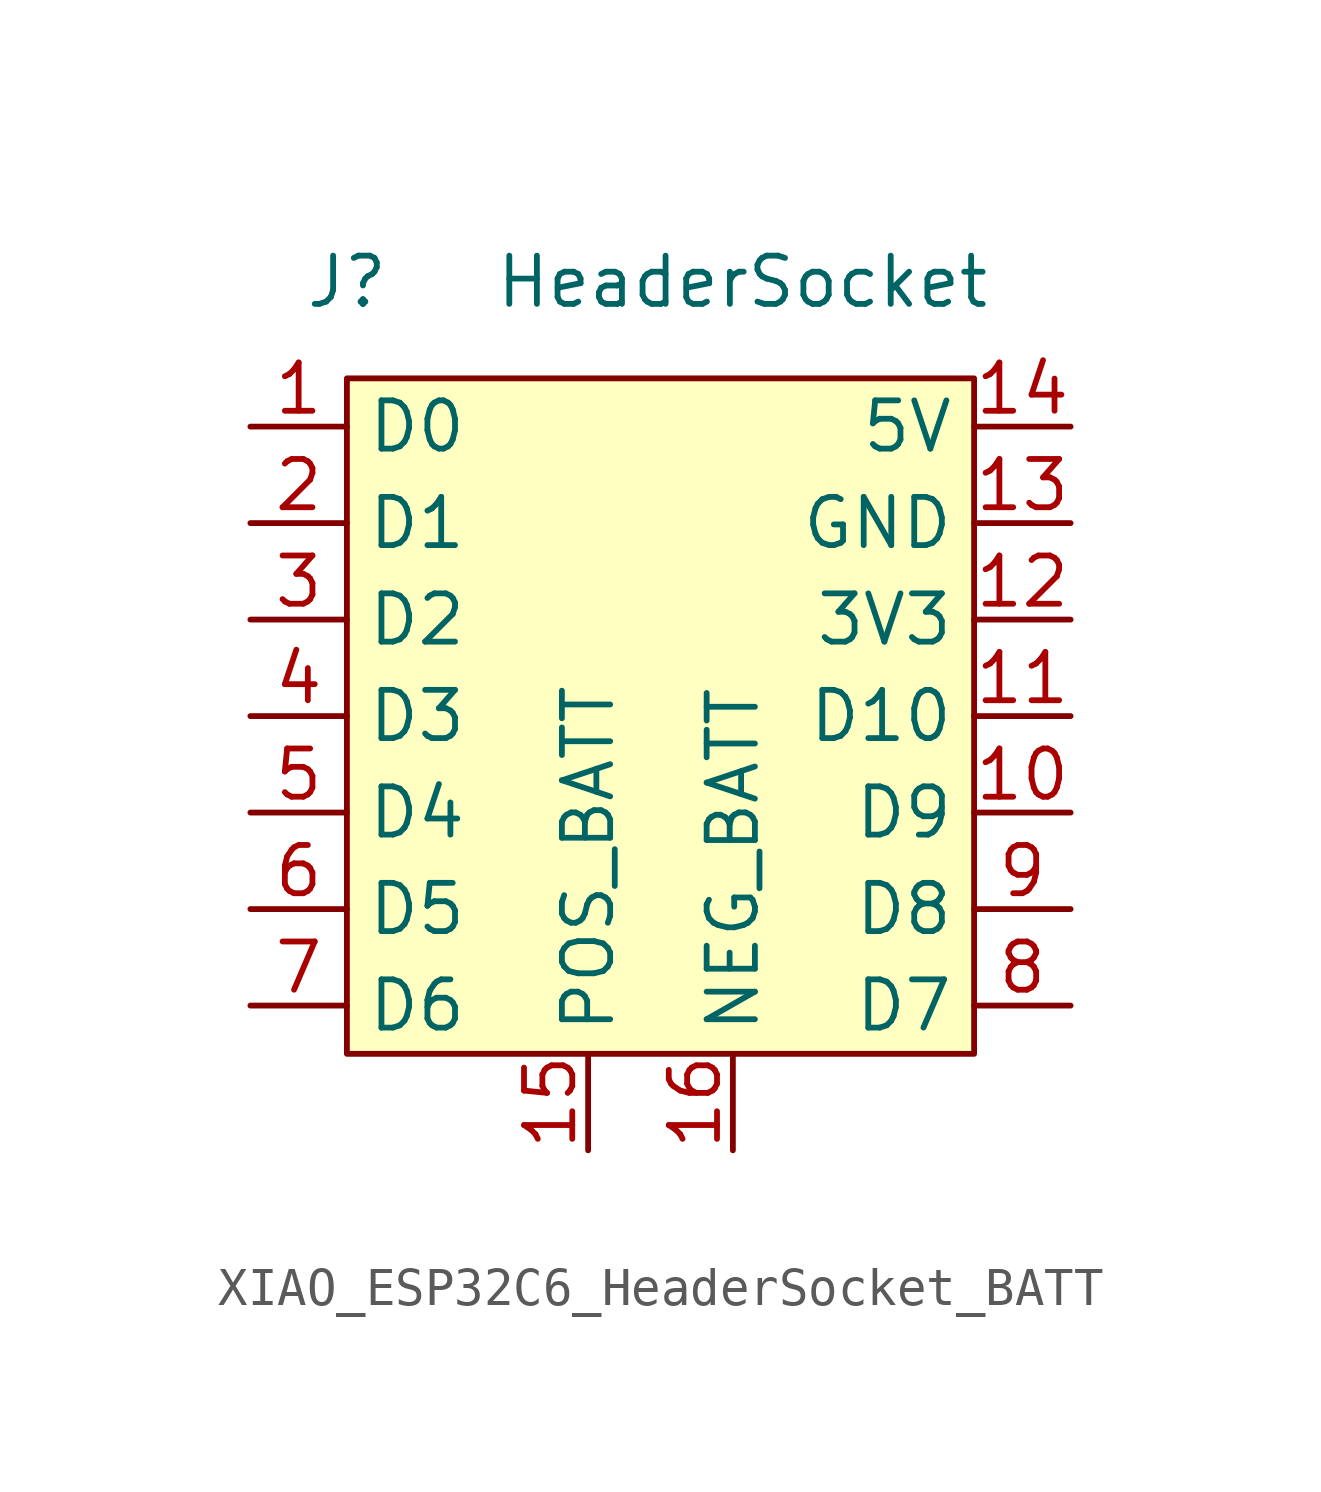
<source format=kicad_sym>
(kicad_symbol_lib
  (version 20241209)
  (generator "kicad_symbol_editor")
  (generator_version "9.0")
  (symbol "XIAO_ESP32C6_HeaderSocket_BATT"
    (property "Reference" "J"
      (at 0 0 0)
      (effects (font (size 1.27 1.27))))
    (property "Value" "HeaderSocket"
      (at 10.414 0 0)
      (effects (font (size 1.27 1.27))))
    (symbol "XIAO_ESP32C6_HeaderSocket_BATT_1_1"
      (rectangle (start 0 -2.54) (end 16.51 -20.32) (stroke (width 0) (type solid)) (fill (type background)))
      (pin bidirectional line (at -2.54 -3.81 0) (length 2.54) (name "D0" (effects (font (size 1.27 1.27)))) (number "1" (effects (font (size 1.27 1.27)))))
      (pin bidirectional line (at -2.54 -6.35 0) (length 2.54) (name "D1" (effects (font (size 1.27 1.27)))) (number "2" (effects (font (size 1.27 1.27)))))
      (pin bidirectional line (at -2.54 -8.89 0) (length 2.54) (name "D2" (effects (font (size 1.27 1.27)))) (number "3" (effects (font (size 1.27 1.27)))))
      (pin bidirectional line (at -2.54 -11.43 0) (length 2.54) (name "D3" (effects (font (size 1.27 1.27)))) (number "4" (effects (font (size 1.27 1.27)))))
      (pin bidirectional line (at -2.54 -13.97 0) (length 2.54) (name "D4" (effects (font (size 1.27 1.27)))) (number "5" (effects (font (size 1.27 1.27)))))
      (pin bidirectional line (at -2.54 -16.51 0) (length 2.54) (name "D5" (effects (font (size 1.27 1.27)))) (number "6" (effects (font (size 1.27 1.27)))))
      (pin bidirectional line (at -2.54 -19.05 0) (length 2.54) (name "D6" (effects (font (size 1.27 1.27)))) (number "7" (effects (font (size 1.27 1.27)))))
      (pin bidirectional line (at 6.35 -22.86 90) (length 2.54) (name "POS_BATT" (effects (font (size 1.27 1.27)))) (number "15" (effects (font (size 1.27 1.27)))))
      (pin bidirectional line (at 10.16 -22.86 90) (length 2.54) (name "NEG_BATT" (effects (font (size 1.27 1.27)))) (number "16" (effects (font (size 1.27 1.27)))))
      (pin power_in line (at 19.05 -3.81 180) (length 2.54) (name "5V" (effects (font (size 1.27 1.27)))) (number "14" (effects (font (size 1.27 1.27)))))
      (pin bidirectional line (at 19.05 -6.35 180) (length 2.54) (name "GND" (effects (font (size 1.27 1.27)))) (number "13" (effects (font (size 1.27 1.27)))))
      (pin power_out line (at 19.05 -8.89 180) (length 2.54) (name "3V3" (effects (font (size 1.27 1.27)))) (number "12" (effects (font (size 1.27 1.27)))))
      (pin bidirectional line (at 19.05 -11.43 180) (length 2.54) (name "D10" (effects (font (size 1.27 1.27)))) (number "11" (effects (font (size 1.27 1.27)))))
      (pin bidirectional line (at 19.05 -13.97 180) (length 2.54) (name "D9" (effects (font (size 1.27 1.27)))) (number "10" (effects (font (size 1.27 1.27)))))
      (pin bidirectional line (at 19.05 -16.51 180) (length 2.54) (name "D8" (effects (font (size 1.27 1.27)))) (number "9" (effects (font (size 1.27 1.27)))))
      (pin bidirectional line (at 19.05 -19.05 180) (length 2.54) (name "D7" (effects (font (size 1.27 1.27)))) (number "8" (effects (font (size 1.27 1.27))))))))
</source>
